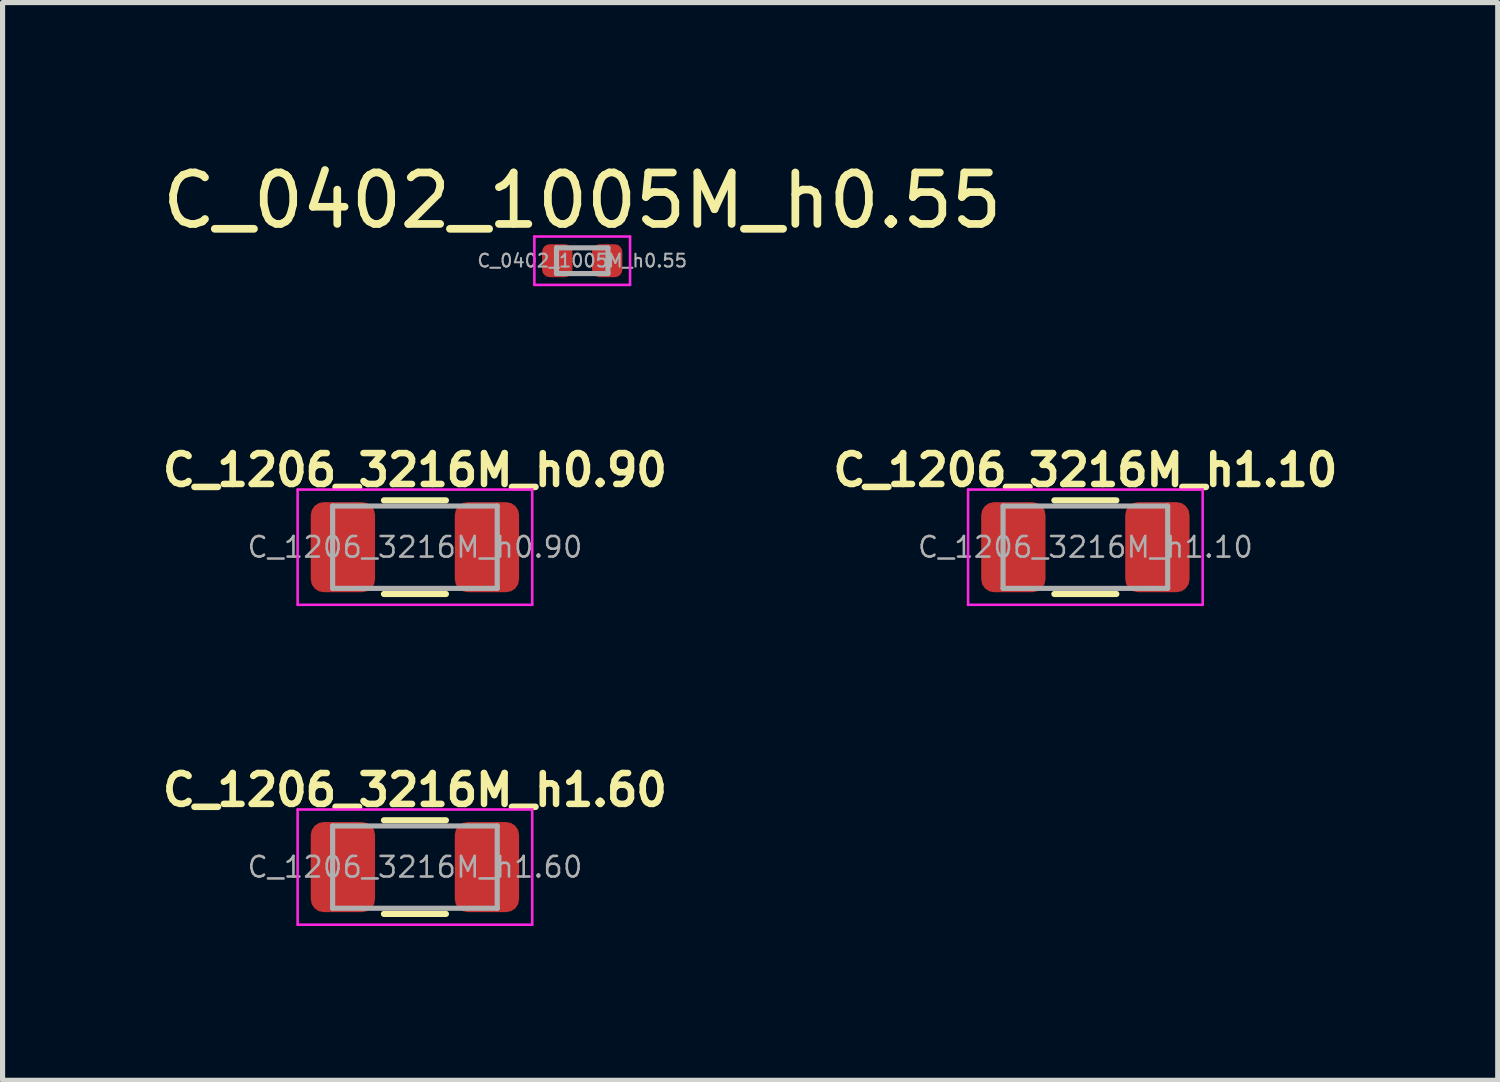
<source format=kicad_pcb>
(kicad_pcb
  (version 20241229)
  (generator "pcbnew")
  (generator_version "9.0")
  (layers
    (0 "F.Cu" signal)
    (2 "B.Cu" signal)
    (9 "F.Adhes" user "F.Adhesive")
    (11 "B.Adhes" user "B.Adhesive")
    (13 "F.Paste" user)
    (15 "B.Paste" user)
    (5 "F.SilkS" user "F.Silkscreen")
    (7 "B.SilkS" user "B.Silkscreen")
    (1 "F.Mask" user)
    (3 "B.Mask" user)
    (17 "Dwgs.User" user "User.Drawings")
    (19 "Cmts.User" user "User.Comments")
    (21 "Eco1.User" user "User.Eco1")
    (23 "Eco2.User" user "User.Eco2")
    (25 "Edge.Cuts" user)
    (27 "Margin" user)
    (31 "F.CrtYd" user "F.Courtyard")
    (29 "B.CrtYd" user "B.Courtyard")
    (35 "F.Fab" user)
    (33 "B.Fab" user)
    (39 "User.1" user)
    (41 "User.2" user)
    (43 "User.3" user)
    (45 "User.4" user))
  (footprint "C_0402_1005M_h0.55"
    (layer "F.Cu")
    (at 8.268 2.018)
    (property "Reference" "C_0402_1005M_h0.55" (at 0 -1.17 0) (layer "F.SilkS") (effects (font (size 1 1) (thickness 0.15))))
    (attr smd)
    (fp_line (start -0.93 -0.47) (end 0.93 -0.47) (stroke (width 0.05) (type solid)) (layer "F.CrtYd"))
    (fp_line (start -0.93 0.47) (end -0.93 -0.47) (stroke (width 0.05) (type solid)) (layer "F.CrtYd"))
    (fp_line (start 0.93 -0.47) (end 0.93 0.47) (stroke (width 0.05) (type solid)) (layer "F.CrtYd"))
    (fp_line (start 0.93 0.47) (end -0.93 0.47) (stroke (width 0.05) (type solid)) (layer "F.CrtYd"))
    (fp_line (start -0.5 -0.25) (end 0.5 -0.25) (stroke (width 0.1) (type solid)) (layer "F.Fab"))
    (fp_line (start -0.5 0.25) (end -0.5 -0.25) (stroke (width 0.1) (type solid)) (layer "F.Fab"))
    (fp_line (start 0.5 -0.25) (end 0.5 0.25) (stroke (width 0.1) (type solid)) (layer "F.Fab"))
    (fp_line (start 0.5 0.25) (end -0.5 0.25) (stroke (width 0.1) (type solid)) (layer "F.Fab"))
    (fp_text user "${REFERENCE}" (at 0 0 0) (layer "F.Fab") (effects (font (size 0.25 0.25) (thickness 0.04))))
    (pad "1" smd roundrect (at -0.485 0) (size 0.59 0.64) (layers "F.Cu" "F.Mask" "F.Paste") (roundrect_rratio 0.25))
    (pad "2" smd roundrect (at 0.485 0) (size 0.59 0.64) (layers "F.Cu" "F.Mask" "F.Paste") (roundrect_rratio 0.25)))
  (footprint "C_1206_3216M_h1.60"
    (layer "F.Cu")
    (at 5.016 13.806)
    (property "Reference" "C_1206_3216M_h1.60" (at 0 -1.5 0) (layer "F.SilkS") (effects (font (size 0.6 0.6) (thickness 0.127))))
    (attr smd)
    (fp_line (start -0.602 -0.91) (end 0.602 -0.91) (stroke (width 0.12) (type solid)) (layer "F.SilkS"))
    (fp_line (start -0.602 0.91) (end 0.602 0.91) (stroke (width 0.12) (type solid)) (layer "F.SilkS"))
    (fp_line (start -2.28 -1.12) (end 2.28 -1.12) (stroke (width 0.05) (type solid)) (layer "F.CrtYd"))
    (fp_line (start -2.28 1.12) (end -2.28 -1.12) (stroke (width 0.05) (type solid)) (layer "F.CrtYd"))
    (fp_line (start 2.28 -1.12) (end 2.28 1.12) (stroke (width 0.05) (type solid)) (layer "F.CrtYd"))
    (fp_line (start 2.28 1.12) (end -2.28 1.12) (stroke (width 0.05) (type solid)) (layer "F.CrtYd"))
    (fp_line (start -1.6 -0.8) (end 1.6 -0.8) (stroke (width 0.1) (type solid)) (layer "F.Fab"))
    (fp_line (start -1.6 0.8) (end -1.6 -0.8) (stroke (width 0.1) (type solid)) (layer "F.Fab"))
    (fp_line (start 1.6 -0.8) (end 1.6 0.8) (stroke (width 0.1) (type solid)) (layer "F.Fab"))
    (fp_line (start 1.6 0.8) (end -1.6 0.8) (stroke (width 0.1) (type solid)) (layer "F.Fab"))
    (fp_text user "${REFERENCE}" (at 0 0 0) (layer "F.Fab") (effects (font (size 0.4 0.4) (thickness 0.05))))
    (pad "1" smd roundrect (at -1.4 0) (size 1.25 1.75) (layers "F.Cu" "F.Mask" "F.Paste") (roundrect_rratio 0.2))
    (pad "2" smd roundrect (at 1.4 0) (size 1.25 1.75) (layers "F.Cu" "F.Mask" "F.Paste") (roundrect_rratio 0.2)))
  (footprint "C_1206_3216M_h0.90"
    (layer "F.Cu")
    (at 5.016 7.587)
    (property "Reference" "C_1206_3216M_h0.90" (at 0 -1.5 0) (layer "F.SilkS") (effects (font (size 0.6 0.6) (thickness 0.127))))
    (attr smd)
    (fp_line (start -0.602 -0.91) (end 0.602 -0.91) (stroke (width 0.12) (type solid)) (layer "F.SilkS"))
    (fp_line (start -0.602 0.91) (end 0.602 0.91) (stroke (width 0.12) (type solid)) (layer "F.SilkS"))
    (fp_line (start -2.28 -1.12) (end 2.28 -1.12) (stroke (width 0.05) (type solid)) (layer "F.CrtYd"))
    (fp_line (start -2.28 1.12) (end -2.28 -1.12) (stroke (width 0.05) (type solid)) (layer "F.CrtYd"))
    (fp_line (start 2.28 -1.12) (end 2.28 1.12) (stroke (width 0.05) (type solid)) (layer "F.CrtYd"))
    (fp_line (start 2.28 1.12) (end -2.28 1.12) (stroke (width 0.05) (type solid)) (layer "F.CrtYd"))
    (fp_line (start -1.6 -0.8) (end 1.6 -0.8) (stroke (width 0.1) (type solid)) (layer "F.Fab"))
    (fp_line (start -1.6 0.8) (end -1.6 -0.8) (stroke (width 0.1) (type solid)) (layer "F.Fab"))
    (fp_line (start 1.6 -0.8) (end 1.6 0.8) (stroke (width 0.1) (type solid)) (layer "F.Fab"))
    (fp_line (start 1.6 0.8) (end -1.6 0.8) (stroke (width 0.1) (type solid)) (layer "F.Fab"))
    (fp_text user "${REFERENCE}" (at 0 0 0) (layer "F.Fab") (effects (font (size 0.4 0.4) (thickness 0.05))))
    (pad "1" smd roundrect (at -1.4 0) (size 1.25 1.75) (layers "F.Cu" "F.Mask" "F.Paste") (roundrect_rratio 0.2))
    (pad "2" smd roundrect (at 1.4 0) (size 1.25 1.75) (layers "F.Cu" "F.Mask" "F.Paste") (roundrect_rratio 0.2)))
  (footprint "C_1206_3216M_h1.10"
    (layer "F.Cu")
    (at 18.049 7.587)
    (property "Reference" "C_1206_3216M_h1.10" (at 0 -1.5 0) (layer "F.SilkS") (effects (font (size 0.6 0.6) (thickness 0.127))))
    (attr smd)
    (fp_line (start -0.602 -0.91) (end 0.602 -0.91) (stroke (width 0.12) (type solid)) (layer "F.SilkS"))
    (fp_line (start -0.602 0.91) (end 0.602 0.91) (stroke (width 0.12) (type solid)) (layer "F.SilkS"))
    (fp_line (start -2.28 -1.12) (end 2.28 -1.12) (stroke (width 0.05) (type solid)) (layer "F.CrtYd"))
    (fp_line (start -2.28 1.12) (end -2.28 -1.12) (stroke (width 0.05) (type solid)) (layer "F.CrtYd"))
    (fp_line (start 2.28 -1.12) (end 2.28 1.12) (stroke (width 0.05) (type solid)) (layer "F.CrtYd"))
    (fp_line (start 2.28 1.12) (end -2.28 1.12) (stroke (width 0.05) (type solid)) (layer "F.CrtYd"))
    (fp_line (start -1.6 -0.8) (end 1.6 -0.8) (stroke (width 0.1) (type solid)) (layer "F.Fab"))
    (fp_line (start -1.6 0.8) (end -1.6 -0.8) (stroke (width 0.1) (type solid)) (layer "F.Fab"))
    (fp_line (start 1.6 -0.8) (end 1.6 0.8) (stroke (width 0.1) (type solid)) (layer "F.Fab"))
    (fp_line (start 1.6 0.8) (end -1.6 0.8) (stroke (width 0.1) (type solid)) (layer "F.Fab"))
    (fp_text user "${REFERENCE}" (at 0 0 0) (layer "F.Fab") (effects (font (size 0.4 0.4) (thickness 0.05))))
    (pad "1" smd roundrect (at -1.4 0) (size 1.25 1.75) (layers "F.Cu" "F.Mask" "F.Paste") (roundrect_rratio 0.2))
    (pad "2" smd roundrect (at 1.4 0) (size 1.25 1.75) (layers "F.Cu" "F.Mask" "F.Paste") (roundrect_rratio 0.2)))
  (gr_rect
    (start -3 -3)
    (end 26.065 17.951)
    (stroke (width 0.1) (type default))
    (fill no)
    (layer "Edge.Cuts")))
</source>
